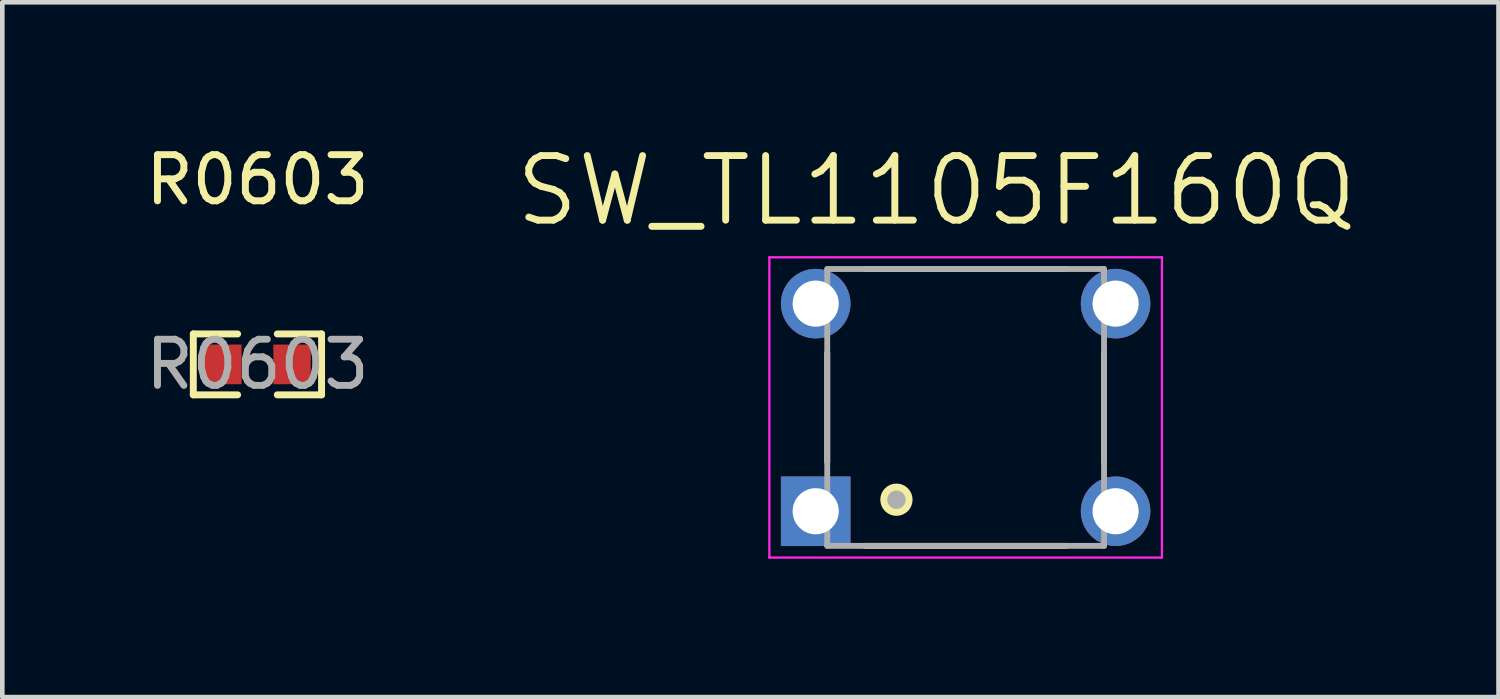
<source format=kicad_pcb>
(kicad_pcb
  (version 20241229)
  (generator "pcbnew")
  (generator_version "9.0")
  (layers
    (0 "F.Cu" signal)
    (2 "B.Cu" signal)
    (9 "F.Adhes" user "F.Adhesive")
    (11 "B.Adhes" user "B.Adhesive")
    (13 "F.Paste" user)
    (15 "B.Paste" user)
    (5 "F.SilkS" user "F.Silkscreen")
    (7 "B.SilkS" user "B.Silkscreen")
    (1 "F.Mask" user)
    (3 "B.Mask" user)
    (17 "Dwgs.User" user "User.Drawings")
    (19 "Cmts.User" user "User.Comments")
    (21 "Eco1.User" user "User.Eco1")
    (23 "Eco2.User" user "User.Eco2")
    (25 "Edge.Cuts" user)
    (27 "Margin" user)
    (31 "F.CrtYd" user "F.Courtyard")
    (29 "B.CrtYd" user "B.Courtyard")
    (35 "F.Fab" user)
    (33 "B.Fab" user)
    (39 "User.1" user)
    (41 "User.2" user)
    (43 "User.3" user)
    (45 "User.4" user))
  (footprint "SW_TL1105F160Q"
    (layer "F.Cu")
    (at 17.88 5.781)
    (property "Reference" "SW_TL1105F160Q" (at -0.635 -4.699 0) (layer "F.SilkS") (effects (font (size 1.4 1.4) (thickness 0.15))))
    (attr through_hole)
    (fp_line (start -3 -1.183) (end -3 1.183) (stroke (width 0.127) (type solid)) (layer "F.SilkS"))
    (fp_line (start -2.183 -3) (end 2.183 -3) (stroke (width 0.127) (type solid)) (layer "F.SilkS"))
    (fp_line (start -2.183 3) (end 2.183 3) (stroke (width 0.127) (type solid)) (layer "F.SilkS"))
    (fp_line (start 3 -1.183) (end 3 1.183) (stroke (width 0.127) (type solid)) (layer "F.SilkS"))
    (fp_circle (center -1.5 2) (end -1.5 2.25) (stroke (width 0.2) (type solid)) (fill no) (layer "F.SilkS"))
    (fp_line (start -4.254 -3.254) (end -4.254 3.254) (stroke (width 0.05) (type solid)) (layer "F.CrtYd"))
    (fp_line (start -4.254 3.254) (end 4.254 3.254) (stroke (width 0.05) (type solid)) (layer "F.CrtYd"))
    (fp_line (start 4.254 -3.254) (end -4.254 -3.254) (stroke (width 0.05) (type solid)) (layer "F.CrtYd"))
    (fp_line (start 4.254 3.254) (end 4.254 -3.254) (stroke (width 0.05) (type solid)) (layer "F.CrtYd"))
    (fp_line (start -3 -3) (end 3 -3) (stroke (width 0.127) (type solid)) (layer "F.Fab"))
    (fp_line (start -3 3) (end -3 -3) (stroke (width 0.127) (type solid)) (layer "F.Fab"))
    (fp_line (start 3 -3) (end 3 3) (stroke (width 0.127) (type solid)) (layer "F.Fab"))
    (fp_line (start 3 3) (end -3 3) (stroke (width 0.127) (type solid)) (layer "F.Fab"))
    (fp_circle (center -1.5 2) (end -1.4 2) (stroke (width 0.2) (type solid)) (fill no) (layer "F.Fab"))
    (pad "1" thru_hole rect (at -3.25 2.25) (size 1.508 1.508) (drill 1) (layers "*.Cu" "*.Mask"))
    (pad "2" thru_hole circle (at 3.25 2.25) (size 1.508 1.508) (drill 1) (layers "*.Cu" "*.Mask"))
    (pad "3" thru_hole circle (at -3.25 -2.25) (size 1.508 1.508) (drill 1) (layers "*.Cu" "*.Mask"))
    (pad "4" thru_hole circle (at 3.25 -2.25) (size 1.508 1.508) (drill 1) (layers "*.Cu" "*.Mask")))
  (footprint "R0603"
    (layer "F.Cu")
    (at 2.53 4.848)
    (property "Reference" "R0603" (at 0 -4 0) (layer "F.SilkS") (effects (font (size 1 1) (thickness 0.15))))
    (attr smd)
    (fp_line (start -1.39 -0.66) (end -0.43 -0.66) (stroke (width 0.15) (type solid)) (layer "F.SilkS"))
    (fp_line (start -1.39 0.66) (end -1.39 -0.66) (stroke (width 0.15) (type solid)) (layer "F.SilkS"))
    (fp_line (start -0.43 0.66) (end -1.39 0.66) (stroke (width 0.15) (type solid)) (layer "F.SilkS"))
    (fp_line (start 0.43 0.66) (end 1.39 0.66) (stroke (width 0.15) (type solid)) (layer "F.SilkS"))
    (fp_line (start 1.39 -0.66) (end 0.43 -0.66) (stroke (width 0.15) (type solid)) (layer "F.SilkS"))
    (fp_line (start 1.39 0.66) (end 1.39 -0.66) (stroke (width 0.15) (type solid)) (layer "F.SilkS"))
    (fp_circle (center -0.8 0.4) (end -0.77 0.4) (stroke (width 0.06) (type solid)) (fill no) (layer "F.Fab"))
    (fp_text user "${REFERENCE}" (at 0 0 0) (layer "F.Fab") (effects (font (size 1 1) (thickness 0.15))))
    (pad "1" smd rect (at -0.75 0) (size 0.81 0.86) (layers "F.Cu" "F.Mask" "F.Paste"))
    (pad "2" smd rect (at 0.75 0) (size 0.81 0.86) (layers "F.Cu" "F.Mask" "F.Paste")))
  (gr_rect
    (start -3 -3)
    (end 29.43 12.06)
    (stroke (width 0.1) (type default))
    (fill no)
    (layer "Edge.Cuts")))
</source>
